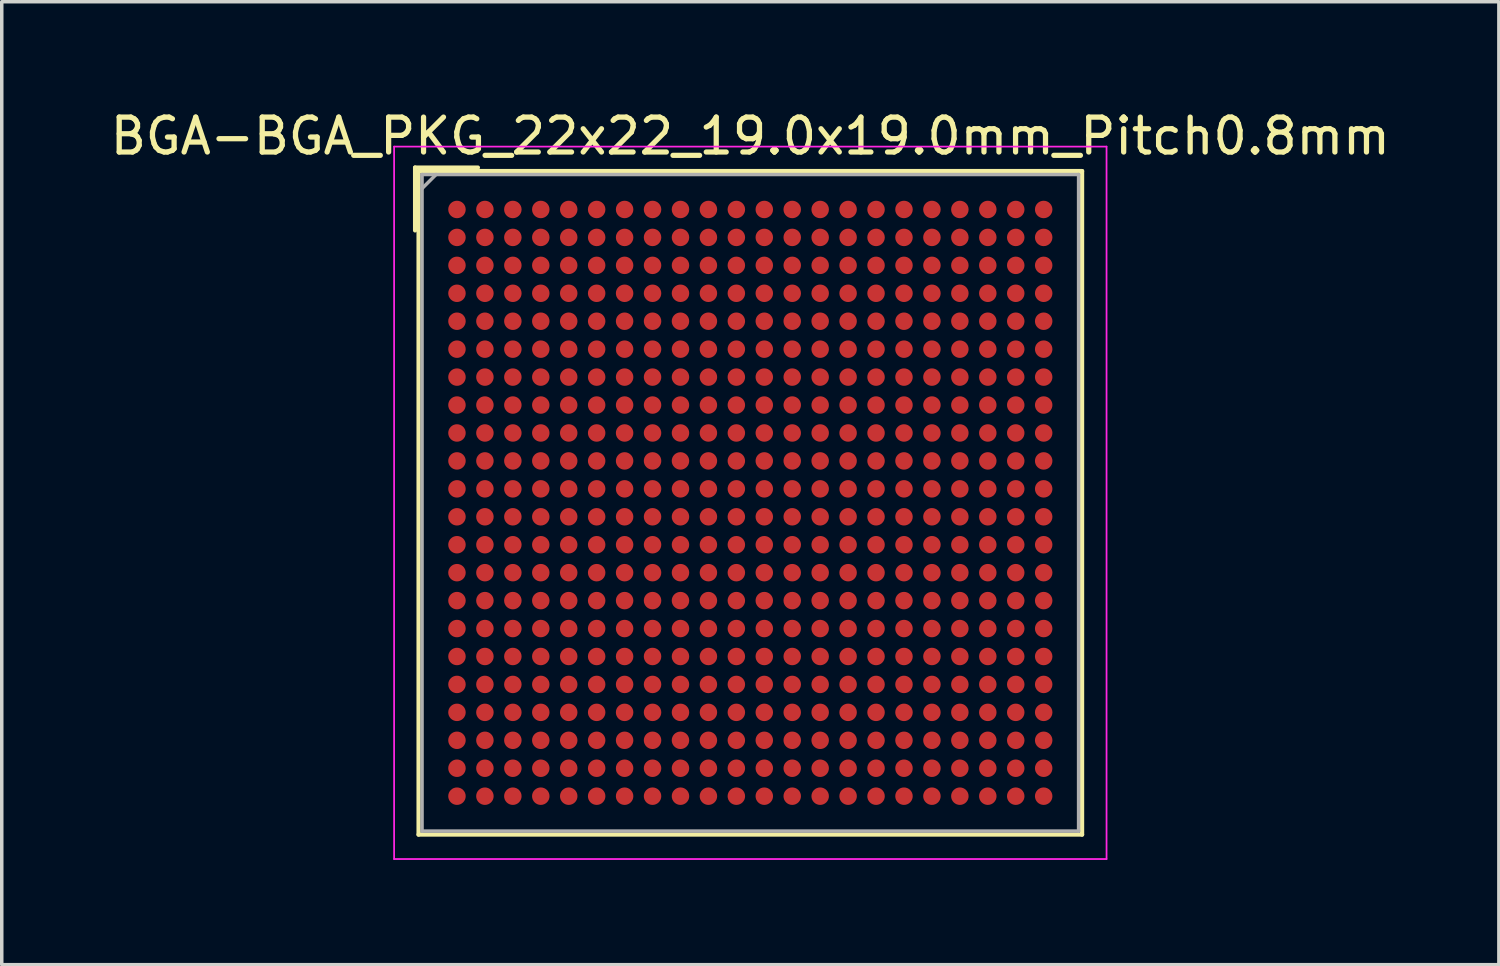
<source format=kicad_pcb>
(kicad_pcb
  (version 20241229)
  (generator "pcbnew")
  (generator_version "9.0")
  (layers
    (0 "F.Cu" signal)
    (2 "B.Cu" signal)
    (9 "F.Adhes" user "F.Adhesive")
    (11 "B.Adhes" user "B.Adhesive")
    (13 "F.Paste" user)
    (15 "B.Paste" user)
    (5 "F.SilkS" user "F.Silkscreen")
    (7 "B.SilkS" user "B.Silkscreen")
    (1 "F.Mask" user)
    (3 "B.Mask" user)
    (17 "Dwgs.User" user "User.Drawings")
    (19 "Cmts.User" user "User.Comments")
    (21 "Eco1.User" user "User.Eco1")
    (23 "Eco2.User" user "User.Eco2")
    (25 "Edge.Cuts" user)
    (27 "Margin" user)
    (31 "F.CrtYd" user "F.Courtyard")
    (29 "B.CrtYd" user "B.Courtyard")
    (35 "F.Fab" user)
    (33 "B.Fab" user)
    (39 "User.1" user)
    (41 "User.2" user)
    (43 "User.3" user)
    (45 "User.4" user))
  (footprint "BGA-BGA_PKG_22x22_19.0x19.0mm_Pitch0.8mm"
    (layer "F.Cu")
    (at 18.435 11.348)
    (property "Reference" "BGA-BGA_PKG_22x22_19.0x19.0mm_Pitch0.8mm" (at 0 -10.5 0) (layer "F.SilkS") (effects (font (size 1 1) (thickness 0.15))))
    (attr smd)
    (fp_line (start -9.6 -9.6) (end -7.8 -9.6) (stroke (width 0.12) (type solid)) (layer "F.SilkS"))
    (fp_line (start -9.6 -7.8) (end -9.6 -9.6) (stroke (width 0.12) (type solid)) (layer "F.SilkS"))
    (fp_line (start -9.5 -9.5) (end -9.5 9.5) (stroke (width 0.12) (type solid)) (layer "F.SilkS"))
    (fp_line (start -9.5 9.5) (end 9.5 9.5) (stroke (width 0.12) (type solid)) (layer "F.SilkS"))
    (fp_line (start 9.5 -9.5) (end -9.5 -9.5) (stroke (width 0.12) (type solid)) (layer "F.SilkS"))
    (fp_line (start 9.5 9.5) (end 9.5 -9.5) (stroke (width 0.12) (type solid)) (layer "F.SilkS"))
    (fp_line (start -10.2 -10.2) (end -10.2 10.2) (stroke (width 0.05) (type solid)) (layer "F.CrtYd"))
    (fp_line (start -10.2 10.2) (end 10.2 10.2) (stroke (width 0.05) (type solid)) (layer "F.CrtYd"))
    (fp_line (start 10.2 -10.2) (end -10.2 -10.2) (stroke (width 0.05) (type solid)) (layer "F.CrtYd"))
    (fp_line (start 10.2 10.2) (end 10.2 -10.2) (stroke (width 0.05) (type solid)) (layer "F.CrtYd"))
    (fp_line (start -9.4 -9.4) (end -9.4 9.4) (stroke (width 0.1) (type solid)) (layer "F.Fab"))
    (fp_line (start -9.4 -9) (end -9 -9.4) (stroke (width 0.1) (type solid)) (layer "F.Fab"))
    (fp_line (start -9.4 9.4) (end 9.4 9.4) (stroke (width 0.1) (type solid)) (layer "F.Fab"))
    (fp_line (start 9.4 -9.4) (end -9.4 -9.4) (stroke (width 0.1) (type solid)) (layer "F.Fab"))
    (fp_line (start 9.4 9.4) (end 9.4 -9.4) (stroke (width 0.1) (type solid)) (layer "F.Fab"))
    (pad "A1" smd circle (at -8.4 -8.4) (size 0.5 0.5) (layers "F.Cu" "F.Mask" "F.Paste"))
    (pad "A2" smd circle (at -7.6 -8.4) (size 0.5 0.5) (layers "F.Cu" "F.Mask" "F.Paste"))
    (pad "A3" smd circle (at -6.8 -8.4) (size 0.5 0.5) (layers "F.Cu" "F.Mask" "F.Paste"))
    (pad "A4" smd circle (at -6 -8.4) (size 0.5 0.5) (layers "F.Cu" "F.Mask" "F.Paste"))
    (pad "A5" smd circle (at -5.2 -8.4) (size 0.5 0.5) (layers "F.Cu" "F.Mask" "F.Paste"))
    (pad "A6" smd circle (at -4.4 -8.4) (size 0.5 0.5) (layers "F.Cu" "F.Mask" "F.Paste"))
    (pad "A7" smd circle (at -3.6 -8.4) (size 0.5 0.5) (layers "F.Cu" "F.Mask" "F.Paste"))
    (pad "A8" smd circle (at -2.8 -8.4) (size 0.5 0.5) (layers "F.Cu" "F.Mask" "F.Paste"))
    (pad "A9" smd circle (at -2 -8.4) (size 0.5 0.5) (layers "F.Cu" "F.Mask" "F.Paste"))
    (pad "A10" smd circle (at -1.2 -8.4) (size 0.5 0.5) (layers "F.Cu" "F.Mask" "F.Paste"))
    (pad "A11" smd circle (at -0.4 -8.4) (size 0.5 0.5) (layers "F.Cu" "F.Mask" "F.Paste"))
    (pad "A12" smd circle (at 0.4 -8.4) (size 0.5 0.5) (layers "F.Cu" "F.Mask" "F.Paste"))
    (pad "A13" smd circle (at 1.2 -8.4) (size 0.5 0.5) (layers "F.Cu" "F.Mask" "F.Paste"))
    (pad "A14" smd circle (at 2 -8.4) (size 0.5 0.5) (layers "F.Cu" "F.Mask" "F.Paste"))
    (pad "A15" smd circle (at 2.8 -8.4) (size 0.5 0.5) (layers "F.Cu" "F.Mask" "F.Paste"))
    (pad "A16" smd circle (at 3.6 -8.4) (size 0.5 0.5) (layers "F.Cu" "F.Mask" "F.Paste"))
    (pad "A17" smd circle (at 4.4 -8.4) (size 0.5 0.5) (layers "F.Cu" "F.Mask" "F.Paste"))
    (pad "A18" smd circle (at 5.2 -8.4) (size 0.5 0.5) (layers "F.Cu" "F.Mask" "F.Paste"))
    (pad "A19" smd circle (at 6 -8.4) (size 0.5 0.5) (layers "F.Cu" "F.Mask" "F.Paste"))
    (pad "A20" smd circle (at 6.8 -8.4) (size 0.5 0.5) (layers "F.Cu" "F.Mask" "F.Paste"))
    (pad "A21" smd circle (at 7.6 -8.4) (size 0.5 0.5) (layers "F.Cu" "F.Mask" "F.Paste"))
    (pad "A22" smd circle (at 8.4 -8.4) (size 0.5 0.5) (layers "F.Cu" "F.Mask" "F.Paste"))
    (pad "AA1" smd circle (at -8.4 7.6) (size 0.5 0.5) (layers "F.Cu" "F.Mask" "F.Paste"))
    (pad "AA2" smd circle (at -7.6 7.6) (size 0.5 0.5) (layers "F.Cu" "F.Mask" "F.Paste"))
    (pad "AA3" smd circle (at -6.8 7.6) (size 0.5 0.5) (layers "F.Cu" "F.Mask" "F.Paste"))
    (pad "AA4" smd circle (at -6 7.6) (size 0.5 0.5) (layers "F.Cu" "F.Mask" "F.Paste"))
    (pad "AA5" smd circle (at -5.2 7.6) (size 0.5 0.5) (layers "F.Cu" "F.Mask" "F.Paste"))
    (pad "AA6" smd circle (at -4.4 7.6) (size 0.5 0.5) (layers "F.Cu" "F.Mask" "F.Paste"))
    (pad "AA7" smd circle (at -3.6 7.6) (size 0.5 0.5) (layers "F.Cu" "F.Mask" "F.Paste"))
    (pad "AA8" smd circle (at -2.8 7.6) (size 0.5 0.5) (layers "F.Cu" "F.Mask" "F.Paste"))
    (pad "AA9" smd circle (at -2 7.6) (size 0.5 0.5) (layers "F.Cu" "F.Mask" "F.Paste"))
    (pad "AA10" smd circle (at -1.2 7.6) (size 0.5 0.5) (layers "F.Cu" "F.Mask" "F.Paste"))
    (pad "AA11" smd circle (at -0.4 7.6) (size 0.5 0.5) (layers "F.Cu" "F.Mask" "F.Paste"))
    (pad "AA12" smd circle (at 0.4 7.6) (size 0.5 0.5) (layers "F.Cu" "F.Mask" "F.Paste"))
    (pad "AA13" smd circle (at 1.2 7.6) (size 0.5 0.5) (layers "F.Cu" "F.Mask" "F.Paste"))
    (pad "AA14" smd circle (at 2 7.6) (size 0.5 0.5) (layers "F.Cu" "F.Mask" "F.Paste"))
    (pad "AA15" smd circle (at 2.8 7.6) (size 0.5 0.5) (layers "F.Cu" "F.Mask" "F.Paste"))
    (pad "AA16" smd circle (at 3.6 7.6) (size 0.5 0.5) (layers "F.Cu" "F.Mask" "F.Paste"))
    (pad "AA17" smd circle (at 4.4 7.6) (size 0.5 0.5) (layers "F.Cu" "F.Mask" "F.Paste"))
    (pad "AA18" smd circle (at 5.2 7.6) (size 0.5 0.5) (layers "F.Cu" "F.Mask" "F.Paste"))
    (pad "AA19" smd circle (at 6 7.6) (size 0.5 0.5) (layers "F.Cu" "F.Mask" "F.Paste"))
    (pad "AA20" smd circle (at 6.8 7.6) (size 0.5 0.5) (layers "F.Cu" "F.Mask" "F.Paste"))
    (pad "AA21" smd circle (at 7.6 7.6) (size 0.5 0.5) (layers "F.Cu" "F.Mask" "F.Paste"))
    (pad "AA22" smd circle (at 8.4 7.6) (size 0.5 0.5) (layers "F.Cu" "F.Mask" "F.Paste"))
    (pad "AB1" smd circle (at -8.4 8.4) (size 0.5 0.5) (layers "F.Cu" "F.Mask" "F.Paste"))
    (pad "AB2" smd circle (at -7.6 8.4) (size 0.5 0.5) (layers "F.Cu" "F.Mask" "F.Paste"))
    (pad "AB3" smd circle (at -6.8 8.4) (size 0.5 0.5) (layers "F.Cu" "F.Mask" "F.Paste"))
    (pad "AB4" smd circle (at -6 8.4) (size 0.5 0.5) (layers "F.Cu" "F.Mask" "F.Paste"))
    (pad "AB5" smd circle (at -5.2 8.4) (size 0.5 0.5) (layers "F.Cu" "F.Mask" "F.Paste"))
    (pad "AB6" smd circle (at -4.4 8.4) (size 0.5 0.5) (layers "F.Cu" "F.Mask" "F.Paste"))
    (pad "AB7" smd circle (at -3.6 8.4) (size 0.5 0.5) (layers "F.Cu" "F.Mask" "F.Paste"))
    (pad "AB8" smd circle (at -2.8 8.4) (size 0.5 0.5) (layers "F.Cu" "F.Mask" "F.Paste"))
    (pad "AB9" smd circle (at -2 8.4) (size 0.5 0.5) (layers "F.Cu" "F.Mask" "F.Paste"))
    (pad "AB10" smd circle (at -1.2 8.4) (size 0.5 0.5) (layers "F.Cu" "F.Mask" "F.Paste"))
    (pad "AB11" smd circle (at -0.4 8.4) (size 0.5 0.5) (layers "F.Cu" "F.Mask" "F.Paste"))
    (pad "AB12" smd circle (at 0.4 8.4) (size 0.5 0.5) (layers "F.Cu" "F.Mask" "F.Paste"))
    (pad "AB13" smd circle (at 1.2 8.4) (size 0.5 0.5) (layers "F.Cu" "F.Mask" "F.Paste"))
    (pad "AB14" smd circle (at 2 8.4) (size 0.5 0.5) (layers "F.Cu" "F.Mask" "F.Paste"))
    (pad "AB15" smd circle (at 2.8 8.4) (size 0.5 0.5) (layers "F.Cu" "F.Mask" "F.Paste"))
    (pad "AB16" smd circle (at 3.6 8.4) (size 0.5 0.5) (layers "F.Cu" "F.Mask" "F.Paste"))
    (pad "AB17" smd circle (at 4.4 8.4) (size 0.5 0.5) (layers "F.Cu" "F.Mask" "F.Paste"))
    (pad "AB18" smd circle (at 5.2 8.4) (size 0.5 0.5) (layers "F.Cu" "F.Mask" "F.Paste"))
    (pad "AB19" smd circle (at 6 8.4) (size 0.5 0.5) (layers "F.Cu" "F.Mask" "F.Paste"))
    (pad "AB20" smd circle (at 6.8 8.4) (size 0.5 0.5) (layers "F.Cu" "F.Mask" "F.Paste"))
    (pad "AB21" smd circle (at 7.6 8.4) (size 0.5 0.5) (layers "F.Cu" "F.Mask" "F.Paste"))
    (pad "AB22" smd circle (at 8.4 8.4) (size 0.5 0.5) (layers "F.Cu" "F.Mask" "F.Paste"))
    (pad "B1" smd circle (at -8.4 -7.6) (size 0.5 0.5) (layers "F.Cu" "F.Mask" "F.Paste"))
    (pad "B2" smd circle (at -7.6 -7.6) (size 0.5 0.5) (layers "F.Cu" "F.Mask" "F.Paste"))
    (pad "B3" smd circle (at -6.8 -7.6) (size 0.5 0.5) (layers "F.Cu" "F.Mask" "F.Paste"))
    (pad "B4" smd circle (at -6 -7.6) (size 0.5 0.5) (layers "F.Cu" "F.Mask" "F.Paste"))
    (pad "B5" smd circle (at -5.2 -7.6) (size 0.5 0.5) (layers "F.Cu" "F.Mask" "F.Paste"))
    (pad "B6" smd circle (at -4.4 -7.6) (size 0.5 0.5) (layers "F.Cu" "F.Mask" "F.Paste"))
    (pad "B7" smd circle (at -3.6 -7.6) (size 0.5 0.5) (layers "F.Cu" "F.Mask" "F.Paste"))
    (pad "B8" smd circle (at -2.8 -7.6) (size 0.5 0.5) (layers "F.Cu" "F.Mask" "F.Paste"))
    (pad "B9" smd circle (at -2 -7.6) (size 0.5 0.5) (layers "F.Cu" "F.Mask" "F.Paste"))
    (pad "B10" smd circle (at -1.2 -7.6) (size 0.5 0.5) (layers "F.Cu" "F.Mask" "F.Paste"))
    (pad "B11" smd circle (at -0.4 -7.6) (size 0.5 0.5) (layers "F.Cu" "F.Mask" "F.Paste"))
    (pad "B12" smd circle (at 0.4 -7.6) (size 0.5 0.5) (layers "F.Cu" "F.Mask" "F.Paste"))
    (pad "B13" smd circle (at 1.2 -7.6) (size 0.5 0.5) (layers "F.Cu" "F.Mask" "F.Paste"))
    (pad "B14" smd circle (at 2 -7.6) (size 0.5 0.5) (layers "F.Cu" "F.Mask" "F.Paste"))
    (pad "B15" smd circle (at 2.8 -7.6) (size 0.5 0.5) (layers "F.Cu" "F.Mask" "F.Paste"))
    (pad "B16" smd circle (at 3.6 -7.6) (size 0.5 0.5) (layers "F.Cu" "F.Mask" "F.Paste"))
    (pad "B17" smd circle (at 4.4 -7.6) (size 0.5 0.5) (layers "F.Cu" "F.Mask" "F.Paste"))
    (pad "B18" smd circle (at 5.2 -7.6) (size 0.5 0.5) (layers "F.Cu" "F.Mask" "F.Paste"))
    (pad "B19" smd circle (at 6 -7.6) (size 0.5 0.5) (layers "F.Cu" "F.Mask" "F.Paste"))
    (pad "B20" smd circle (at 6.8 -7.6) (size 0.5 0.5) (layers "F.Cu" "F.Mask" "F.Paste"))
    (pad "B21" smd circle (at 7.6 -7.6) (size 0.5 0.5) (layers "F.Cu" "F.Mask" "F.Paste"))
    (pad "B22" smd circle (at 8.4 -7.6) (size 0.5 0.5) (layers "F.Cu" "F.Mask" "F.Paste"))
    (pad "C1" smd circle (at -8.4 -6.8) (size 0.5 0.5) (layers "F.Cu" "F.Mask" "F.Paste"))
    (pad "C2" smd circle (at -7.6 -6.8) (size 0.5 0.5) (layers "F.Cu" "F.Mask" "F.Paste"))
    (pad "C3" smd circle (at -6.8 -6.8) (size 0.5 0.5) (layers "F.Cu" "F.Mask" "F.Paste"))
    (pad "C4" smd circle (at -6 -6.8) (size 0.5 0.5) (layers "F.Cu" "F.Mask" "F.Paste"))
    (pad "C5" smd circle (at -5.2 -6.8) (size 0.5 0.5) (layers "F.Cu" "F.Mask" "F.Paste"))
    (pad "C6" smd circle (at -4.4 -6.8) (size 0.5 0.5) (layers "F.Cu" "F.Mask" "F.Paste"))
    (pad "C7" smd circle (at -3.6 -6.8) (size 0.5 0.5) (layers "F.Cu" "F.Mask" "F.Paste"))
    (pad "C8" smd circle (at -2.8 -6.8) (size 0.5 0.5) (layers "F.Cu" "F.Mask" "F.Paste"))
    (pad "C9" smd circle (at -2 -6.8) (size 0.5 0.5) (layers "F.Cu" "F.Mask" "F.Paste"))
    (pad "C10" smd circle (at -1.2 -6.8) (size 0.5 0.5) (layers "F.Cu" "F.Mask" "F.Paste"))
    (pad "C11" smd circle (at -0.4 -6.8) (size 0.5 0.5) (layers "F.Cu" "F.Mask" "F.Paste"))
    (pad "C12" smd circle (at 0.4 -6.8) (size 0.5 0.5) (layers "F.Cu" "F.Mask" "F.Paste"))
    (pad "C13" smd circle (at 1.2 -6.8) (size 0.5 0.5) (layers "F.Cu" "F.Mask" "F.Paste"))
    (pad "C14" smd circle (at 2 -6.8) (size 0.5 0.5) (layers "F.Cu" "F.Mask" "F.Paste"))
    (pad "C15" smd circle (at 2.8 -6.8) (size 0.5 0.5) (layers "F.Cu" "F.Mask" "F.Paste"))
    (pad "C16" smd circle (at 3.6 -6.8) (size 0.5 0.5) (layers "F.Cu" "F.Mask" "F.Paste"))
    (pad "C17" smd circle (at 4.4 -6.8) (size 0.5 0.5) (layers "F.Cu" "F.Mask" "F.Paste"))
    (pad "C18" smd circle (at 5.2 -6.8) (size 0.5 0.5) (layers "F.Cu" "F.Mask" "F.Paste"))
    (pad "C19" smd circle (at 6 -6.8) (size 0.5 0.5) (layers "F.Cu" "F.Mask" "F.Paste"))
    (pad "C20" smd circle (at 6.8 -6.8) (size 0.5 0.5) (layers "F.Cu" "F.Mask" "F.Paste"))
    (pad "C21" smd circle (at 7.6 -6.8) (size 0.5 0.5) (layers "F.Cu" "F.Mask" "F.Paste"))
    (pad "C22" smd circle (at 8.4 -6.8) (size 0.5 0.5) (layers "F.Cu" "F.Mask" "F.Paste"))
    (pad "D1" smd circle (at -8.4 -6) (size 0.5 0.5) (layers "F.Cu" "F.Mask" "F.Paste"))
    (pad "D2" smd circle (at -7.6 -6) (size 0.5 0.5) (layers "F.Cu" "F.Mask" "F.Paste"))
    (pad "D3" smd circle (at -6.8 -6) (size 0.5 0.5) (layers "F.Cu" "F.Mask" "F.Paste"))
    (pad "D4" smd circle (at -6 -6) (size 0.5 0.5) (layers "F.Cu" "F.Mask" "F.Paste"))
    (pad "D5" smd circle (at -5.2 -6) (size 0.5 0.5) (layers "F.Cu" "F.Mask" "F.Paste"))
    (pad "D6" smd circle (at -4.4 -6) (size 0.5 0.5) (layers "F.Cu" "F.Mask" "F.Paste"))
    (pad "D7" smd circle (at -3.6 -6) (size 0.5 0.5) (layers "F.Cu" "F.Mask" "F.Paste"))
    (pad "D8" smd circle (at -2.8 -6) (size 0.5 0.5) (layers "F.Cu" "F.Mask" "F.Paste"))
    (pad "D9" smd circle (at -2 -6) (size 0.5 0.5) (layers "F.Cu" "F.Mask" "F.Paste"))
    (pad "D10" smd circle (at -1.2 -6) (size 0.5 0.5) (layers "F.Cu" "F.Mask" "F.Paste"))
    (pad "D11" smd circle (at -0.4 -6) (size 0.5 0.5) (layers "F.Cu" "F.Mask" "F.Paste"))
    (pad "D12" smd circle (at 0.4 -6) (size 0.5 0.5) (layers "F.Cu" "F.Mask" "F.Paste"))
    (pad "D13" smd circle (at 1.2 -6) (size 0.5 0.5) (layers "F.Cu" "F.Mask" "F.Paste"))
    (pad "D14" smd circle (at 2 -6) (size 0.5 0.5) (layers "F.Cu" "F.Mask" "F.Paste"))
    (pad "D15" smd circle (at 2.8 -6) (size 0.5 0.5) (layers "F.Cu" "F.Mask" "F.Paste"))
    (pad "D16" smd circle (at 3.6 -6) (size 0.5 0.5) (layers "F.Cu" "F.Mask" "F.Paste"))
    (pad "D17" smd circle (at 4.4 -6) (size 0.5 0.5) (layers "F.Cu" "F.Mask" "F.Paste"))
    (pad "D18" smd circle (at 5.2 -6) (size 0.5 0.5) (layers "F.Cu" "F.Mask" "F.Paste"))
    (pad "D19" smd circle (at 6 -6) (size 0.5 0.5) (layers "F.Cu" "F.Mask" "F.Paste"))
    (pad "D20" smd circle (at 6.8 -6) (size 0.5 0.5) (layers "F.Cu" "F.Mask" "F.Paste"))
    (pad "D21" smd circle (at 7.6 -6) (size 0.5 0.5) (layers "F.Cu" "F.Mask" "F.Paste"))
    (pad "D22" smd circle (at 8.4 -6) (size 0.5 0.5) (layers "F.Cu" "F.Mask" "F.Paste"))
    (pad "E1" smd circle (at -8.4 -5.2) (size 0.5 0.5) (layers "F.Cu" "F.Mask" "F.Paste"))
    (pad "E2" smd circle (at -7.6 -5.2) (size 0.5 0.5) (layers "F.Cu" "F.Mask" "F.Paste"))
    (pad "E3" smd circle (at -6.8 -5.2) (size 0.5 0.5) (layers "F.Cu" "F.Mask" "F.Paste"))
    (pad "E4" smd circle (at -6 -5.2) (size 0.5 0.5) (layers "F.Cu" "F.Mask" "F.Paste"))
    (pad "E5" smd circle (at -5.2 -5.2) (size 0.5 0.5) (layers "F.Cu" "F.Mask" "F.Paste"))
    (pad "E6" smd circle (at -4.4 -5.2) (size 0.5 0.5) (layers "F.Cu" "F.Mask" "F.Paste"))
    (pad "E7" smd circle (at -3.6 -5.2) (size 0.5 0.5) (layers "F.Cu" "F.Mask" "F.Paste"))
    (pad "E8" smd circle (at -2.8 -5.2) (size 0.5 0.5) (layers "F.Cu" "F.Mask" "F.Paste"))
    (pad "E9" smd circle (at -2 -5.2) (size 0.5 0.5) (layers "F.Cu" "F.Mask" "F.Paste"))
    (pad "E10" smd circle (at -1.2 -5.2) (size 0.5 0.5) (layers "F.Cu" "F.Mask" "F.Paste"))
    (pad "E11" smd circle (at -0.4 -5.2) (size 0.5 0.5) (layers "F.Cu" "F.Mask" "F.Paste"))
    (pad "E12" smd circle (at 0.4 -5.2) (size 0.5 0.5) (layers "F.Cu" "F.Mask" "F.Paste"))
    (pad "E13" smd circle (at 1.2 -5.2) (size 0.5 0.5) (layers "F.Cu" "F.Mask" "F.Paste"))
    (pad "E14" smd circle (at 2 -5.2) (size 0.5 0.5) (layers "F.Cu" "F.Mask" "F.Paste"))
    (pad "E15" smd circle (at 2.8 -5.2) (size 0.5 0.5) (layers "F.Cu" "F.Mask" "F.Paste"))
    (pad "E16" smd circle (at 3.6 -5.2) (size 0.5 0.5) (layers "F.Cu" "F.Mask" "F.Paste"))
    (pad "E17" smd circle (at 4.4 -5.2) (size 0.5 0.5) (layers "F.Cu" "F.Mask" "F.Paste"))
    (pad "E18" smd circle (at 5.2 -5.2) (size 0.5 0.5) (layers "F.Cu" "F.Mask" "F.Paste"))
    (pad "E19" smd circle (at 6 -5.2) (size 0.5 0.5) (layers "F.Cu" "F.Mask" "F.Paste"))
    (pad "E20" smd circle (at 6.8 -5.2) (size 0.5 0.5) (layers "F.Cu" "F.Mask" "F.Paste"))
    (pad "E21" smd circle (at 7.6 -5.2) (size 0.5 0.5) (layers "F.Cu" "F.Mask" "F.Paste"))
    (pad "E22" smd circle (at 8.4 -5.2) (size 0.5 0.5) (layers "F.Cu" "F.Mask" "F.Paste"))
    (pad "F1" smd circle (at -8.4 -4.4) (size 0.5 0.5) (layers "F.Cu" "F.Mask" "F.Paste"))
    (pad "F2" smd circle (at -7.6 -4.4) (size 0.5 0.5) (layers "F.Cu" "F.Mask" "F.Paste"))
    (pad "F3" smd circle (at -6.8 -4.4) (size 0.5 0.5) (layers "F.Cu" "F.Mask" "F.Paste"))
    (pad "F4" smd circle (at -6 -4.4) (size 0.5 0.5) (layers "F.Cu" "F.Mask" "F.Paste"))
    (pad "F5" smd circle (at -5.2 -4.4) (size 0.5 0.5) (layers "F.Cu" "F.Mask" "F.Paste"))
    (pad "F6" smd circle (at -4.4 -4.4) (size 0.5 0.5) (layers "F.Cu" "F.Mask" "F.Paste"))
    (pad "F7" smd circle (at -3.6 -4.4) (size 0.5 0.5) (layers "F.Cu" "F.Mask" "F.Paste"))
    (pad "F8" smd circle (at -2.8 -4.4) (size 0.5 0.5) (layers "F.Cu" "F.Mask" "F.Paste"))
    (pad "F9" smd circle (at -2 -4.4) (size 0.5 0.5) (layers "F.Cu" "F.Mask" "F.Paste"))
    (pad "F10" smd circle (at -1.2 -4.4) (size 0.5 0.5) (layers "F.Cu" "F.Mask" "F.Paste"))
    (pad "F11" smd circle (at -0.4 -4.4) (size 0.5 0.5) (layers "F.Cu" "F.Mask" "F.Paste"))
    (pad "F12" smd circle (at 0.4 -4.4) (size 0.5 0.5) (layers "F.Cu" "F.Mask" "F.Paste"))
    (pad "F13" smd circle (at 1.2 -4.4) (size 0.5 0.5) (layers "F.Cu" "F.Mask" "F.Paste"))
    (pad "F14" smd circle (at 2 -4.4) (size 0.5 0.5) (layers "F.Cu" "F.Mask" "F.Paste"))
    (pad "F15" smd circle (at 2.8 -4.4) (size 0.5 0.5) (layers "F.Cu" "F.Mask" "F.Paste"))
    (pad "F16" smd circle (at 3.6 -4.4) (size 0.5 0.5) (layers "F.Cu" "F.Mask" "F.Paste"))
    (pad "F17" smd circle (at 4.4 -4.4) (size 0.5 0.5) (layers "F.Cu" "F.Mask" "F.Paste"))
    (pad "F18" smd circle (at 5.2 -4.4) (size 0.5 0.5) (layers "F.Cu" "F.Mask" "F.Paste"))
    (pad "F19" smd circle (at 6 -4.4) (size 0.5 0.5) (layers "F.Cu" "F.Mask" "F.Paste"))
    (pad "F20" smd circle (at 6.8 -4.4) (size 0.5 0.5) (layers "F.Cu" "F.Mask" "F.Paste"))
    (pad "F21" smd circle (at 7.6 -4.4) (size 0.5 0.5) (layers "F.Cu" "F.Mask" "F.Paste"))
    (pad "F22" smd circle (at 8.4 -4.4) (size 0.5 0.5) (layers "F.Cu" "F.Mask" "F.Paste"))
    (pad "G1" smd circle (at -8.4 -3.6) (size 0.5 0.5) (layers "F.Cu" "F.Mask" "F.Paste"))
    (pad "G2" smd circle (at -7.6 -3.6) (size 0.5 0.5) (layers "F.Cu" "F.Mask" "F.Paste"))
    (pad "G3" smd circle (at -6.8 -3.6) (size 0.5 0.5) (layers "F.Cu" "F.Mask" "F.Paste"))
    (pad "G4" smd circle (at -6 -3.6) (size 0.5 0.5) (layers "F.Cu" "F.Mask" "F.Paste"))
    (pad "G5" smd circle (at -5.2 -3.6) (size 0.5 0.5) (layers "F.Cu" "F.Mask" "F.Paste"))
    (pad "G6" smd circle (at -4.4 -3.6) (size 0.5 0.5) (layers "F.Cu" "F.Mask" "F.Paste"))
    (pad "G7" smd circle (at -3.6 -3.6) (size 0.5 0.5) (layers "F.Cu" "F.Mask" "F.Paste"))
    (pad "G8" smd circle (at -2.8 -3.6) (size 0.5 0.5) (layers "F.Cu" "F.Mask" "F.Paste"))
    (pad "G9" smd circle (at -2 -3.6) (size 0.5 0.5) (layers "F.Cu" "F.Mask" "F.Paste"))
    (pad "G10" smd circle (at -1.2 -3.6) (size 0.5 0.5) (layers "F.Cu" "F.Mask" "F.Paste"))
    (pad "G11" smd circle (at -0.4 -3.6) (size 0.5 0.5) (layers "F.Cu" "F.Mask" "F.Paste"))
    (pad "G12" smd circle (at 0.4 -3.6) (size 0.5 0.5) (layers "F.Cu" "F.Mask" "F.Paste"))
    (pad "G13" smd circle (at 1.2 -3.6) (size 0.5 0.5) (layers "F.Cu" "F.Mask" "F.Paste"))
    (pad "G14" smd circle (at 2 -3.6) (size 0.5 0.5) (layers "F.Cu" "F.Mask" "F.Paste"))
    (pad "G15" smd circle (at 2.8 -3.6) (size 0.5 0.5) (layers "F.Cu" "F.Mask" "F.Paste"))
    (pad "G16" smd circle (at 3.6 -3.6) (size 0.5 0.5) (layers "F.Cu" "F.Mask" "F.Paste"))
    (pad "G17" smd circle (at 4.4 -3.6) (size 0.5 0.5) (layers "F.Cu" "F.Mask" "F.Paste"))
    (pad "G18" smd circle (at 5.2 -3.6) (size 0.5 0.5) (layers "F.Cu" "F.Mask" "F.Paste"))
    (pad "G19" smd circle (at 6 -3.6) (size 0.5 0.5) (layers "F.Cu" "F.Mask" "F.Paste"))
    (pad "G20" smd circle (at 6.8 -3.6) (size 0.5 0.5) (layers "F.Cu" "F.Mask" "F.Paste"))
    (pad "G21" smd circle (at 7.6 -3.6) (size 0.5 0.5) (layers "F.Cu" "F.Mask" "F.Paste"))
    (pad "G22" smd circle (at 8.4 -3.6) (size 0.5 0.5) (layers "F.Cu" "F.Mask" "F.Paste"))
    (pad "H1" smd circle (at -8.4 -2.8) (size 0.5 0.5) (layers "F.Cu" "F.Mask" "F.Paste"))
    (pad "H2" smd circle (at -7.6 -2.8) (size 0.5 0.5) (layers "F.Cu" "F.Mask" "F.Paste"))
    (pad "H3" smd circle (at -6.8 -2.8) (size 0.5 0.5) (layers "F.Cu" "F.Mask" "F.Paste"))
    (pad "H4" smd circle (at -6 -2.8) (size 0.5 0.5) (layers "F.Cu" "F.Mask" "F.Paste"))
    (pad "H5" smd circle (at -5.2 -2.8) (size 0.5 0.5) (layers "F.Cu" "F.Mask" "F.Paste"))
    (pad "H6" smd circle (at -4.4 -2.8) (size 0.5 0.5) (layers "F.Cu" "F.Mask" "F.Paste"))
    (pad "H7" smd circle (at -3.6 -2.8) (size 0.5 0.5) (layers "F.Cu" "F.Mask" "F.Paste"))
    (pad "H8" smd circle (at -2.8 -2.8) (size 0.5 0.5) (layers "F.Cu" "F.Mask" "F.Paste"))
    (pad "H9" smd circle (at -2 -2.8) (size 0.5 0.5) (layers "F.Cu" "F.Mask" "F.Paste"))
    (pad "H10" smd circle (at -1.2 -2.8) (size 0.5 0.5) (layers "F.Cu" "F.Mask" "F.Paste"))
    (pad "H11" smd circle (at -0.4 -2.8) (size 0.5 0.5) (layers "F.Cu" "F.Mask" "F.Paste"))
    (pad "H12" smd circle (at 0.4 -2.8) (size 0.5 0.5) (layers "F.Cu" "F.Mask" "F.Paste"))
    (pad "H13" smd circle (at 1.2 -2.8) (size 0.5 0.5) (layers "F.Cu" "F.Mask" "F.Paste"))
    (pad "H14" smd circle (at 2 -2.8) (size 0.5 0.5) (layers "F.Cu" "F.Mask" "F.Paste"))
    (pad "H15" smd circle (at 2.8 -2.8) (size 0.5 0.5) (layers "F.Cu" "F.Mask" "F.Paste"))
    (pad "H16" smd circle (at 3.6 -2.8) (size 0.5 0.5) (layers "F.Cu" "F.Mask" "F.Paste"))
    (pad "H17" smd circle (at 4.4 -2.8) (size 0.5 0.5) (layers "F.Cu" "F.Mask" "F.Paste"))
    (pad "H18" smd circle (at 5.2 -2.8) (size 0.5 0.5) (layers "F.Cu" "F.Mask" "F.Paste"))
    (pad "H19" smd circle (at 6 -2.8) (size 0.5 0.5) (layers "F.Cu" "F.Mask" "F.Paste"))
    (pad "H20" smd circle (at 6.8 -2.8) (size 0.5 0.5) (layers "F.Cu" "F.Mask" "F.Paste"))
    (pad "H21" smd circle (at 7.6 -2.8) (size 0.5 0.5) (layers "F.Cu" "F.Mask" "F.Paste"))
    (pad "H22" smd circle (at 8.4 -2.8) (size 0.5 0.5) (layers "F.Cu" "F.Mask" "F.Paste"))
    (pad "J1" smd circle (at -8.4 -2) (size 0.5 0.5) (layers "F.Cu" "F.Mask" "F.Paste"))
    (pad "J2" smd circle (at -7.6 -2) (size 0.5 0.5) (layers "F.Cu" "F.Mask" "F.Paste"))
    (pad "J3" smd circle (at -6.8 -2) (size 0.5 0.5) (layers "F.Cu" "F.Mask" "F.Paste"))
    (pad "J4" smd circle (at -6 -2) (size 0.5 0.5) (layers "F.Cu" "F.Mask" "F.Paste"))
    (pad "J5" smd circle (at -5.2 -2) (size 0.5 0.5) (layers "F.Cu" "F.Mask" "F.Paste"))
    (pad "J6" smd circle (at -4.4 -2) (size 0.5 0.5) (layers "F.Cu" "F.Mask" "F.Paste"))
    (pad "J7" smd circle (at -3.6 -2) (size 0.5 0.5) (layers "F.Cu" "F.Mask" "F.Paste"))
    (pad "J8" smd circle (at -2.8 -2) (size 0.5 0.5) (layers "F.Cu" "F.Mask" "F.Paste"))
    (pad "J9" smd circle (at -2 -2) (size 0.5 0.5) (layers "F.Cu" "F.Mask" "F.Paste"))
    (pad "J10" smd circle (at -1.2 -2) (size 0.5 0.5) (layers "F.Cu" "F.Mask" "F.Paste"))
    (pad "J11" smd circle (at -0.4 -2) (size 0.5 0.5) (layers "F.Cu" "F.Mask" "F.Paste"))
    (pad "J12" smd circle (at 0.4 -2) (size 0.5 0.5) (layers "F.Cu" "F.Mask" "F.Paste"))
    (pad "J13" smd circle (at 1.2 -2) (size 0.5 0.5) (layers "F.Cu" "F.Mask" "F.Paste"))
    (pad "J14" smd circle (at 2 -2) (size 0.5 0.5) (layers "F.Cu" "F.Mask" "F.Paste"))
    (pad "J15" smd circle (at 2.8 -2) (size 0.5 0.5) (layers "F.Cu" "F.Mask" "F.Paste"))
    (pad "J16" smd circle (at 3.6 -2) (size 0.5 0.5) (layers "F.Cu" "F.Mask" "F.Paste"))
    (pad "J17" smd circle (at 4.4 -2) (size 0.5 0.5) (layers "F.Cu" "F.Mask" "F.Paste"))
    (pad "J18" smd circle (at 5.2 -2) (size 0.5 0.5) (layers "F.Cu" "F.Mask" "F.Paste"))
    (pad "J19" smd circle (at 6 -2) (size 0.5 0.5) (layers "F.Cu" "F.Mask" "F.Paste"))
    (pad "J20" smd circle (at 6.8 -2) (size 0.5 0.5) (layers "F.Cu" "F.Mask" "F.Paste"))
    (pad "J21" smd circle (at 7.6 -2) (size 0.5 0.5) (layers "F.Cu" "F.Mask" "F.Paste"))
    (pad "J22" smd circle (at 8.4 -2) (size 0.5 0.5) (layers "F.Cu" "F.Mask" "F.Paste"))
    (pad "K1" smd circle (at -8.4 -1.2) (size 0.5 0.5) (layers "F.Cu" "F.Mask" "F.Paste"))
    (pad "K2" smd circle (at -7.6 -1.2) (size 0.5 0.5) (layers "F.Cu" "F.Mask" "F.Paste"))
    (pad "K3" smd circle (at -6.8 -1.2) (size 0.5 0.5) (layers "F.Cu" "F.Mask" "F.Paste"))
    (pad "K4" smd circle (at -6 -1.2) (size 0.5 0.5) (layers "F.Cu" "F.Mask" "F.Paste"))
    (pad "K5" smd circle (at -5.2 -1.2) (size 0.5 0.5) (layers "F.Cu" "F.Mask" "F.Paste"))
    (pad "K6" smd circle (at -4.4 -1.2) (size 0.5 0.5) (layers "F.Cu" "F.Mask" "F.Paste"))
    (pad "K7" smd circle (at -3.6 -1.2) (size 0.5 0.5) (layers "F.Cu" "F.Mask" "F.Paste"))
    (pad "K8" smd circle (at -2.8 -1.2) (size 0.5 0.5) (layers "F.Cu" "F.Mask" "F.Paste"))
    (pad "K9" smd circle (at -2 -1.2) (size 0.5 0.5) (layers "F.Cu" "F.Mask" "F.Paste"))
    (pad "K10" smd circle (at -1.2 -1.2) (size 0.5 0.5) (layers "F.Cu" "F.Mask" "F.Paste"))
    (pad "K11" smd circle (at -0.4 -1.2) (size 0.5 0.5) (layers "F.Cu" "F.Mask" "F.Paste"))
    (pad "K12" smd circle (at 0.4 -1.2) (size 0.5 0.5) (layers "F.Cu" "F.Mask" "F.Paste"))
    (pad "K13" smd circle (at 1.2 -1.2) (size 0.5 0.5) (layers "F.Cu" "F.Mask" "F.Paste"))
    (pad "K14" smd circle (at 2 -1.2) (size 0.5 0.5) (layers "F.Cu" "F.Mask" "F.Paste"))
    (pad "K15" smd circle (at 2.8 -1.2) (size 0.5 0.5) (layers "F.Cu" "F.Mask" "F.Paste"))
    (pad "K16" smd circle (at 3.6 -1.2) (size 0.5 0.5) (layers "F.Cu" "F.Mask" "F.Paste"))
    (pad "K17" smd circle (at 4.4 -1.2) (size 0.5 0.5) (layers "F.Cu" "F.Mask" "F.Paste"))
    (pad "K18" smd circle (at 5.2 -1.2) (size 0.5 0.5) (layers "F.Cu" "F.Mask" "F.Paste"))
    (pad "K19" smd circle (at 6 -1.2) (size 0.5 0.5) (layers "F.Cu" "F.Mask" "F.Paste"))
    (pad "K20" smd circle (at 6.8 -1.2) (size 0.5 0.5) (layers "F.Cu" "F.Mask" "F.Paste"))
    (pad "K21" smd circle (at 7.6 -1.2) (size 0.5 0.5) (layers "F.Cu" "F.Mask" "F.Paste"))
    (pad "K22" smd circle (at 8.4 -1.2) (size 0.5 0.5) (layers "F.Cu" "F.Mask" "F.Paste"))
    (pad "L1" smd circle (at -8.4 -0.4) (size 0.5 0.5) (layers "F.Cu" "F.Mask" "F.Paste"))
    (pad "L2" smd circle (at -7.6 -0.4) (size 0.5 0.5) (layers "F.Cu" "F.Mask" "F.Paste"))
    (pad "L3" smd circle (at -6.8 -0.4) (size 0.5 0.5) (layers "F.Cu" "F.Mask" "F.Paste"))
    (pad "L4" smd circle (at -6 -0.4) (size 0.5 0.5) (layers "F.Cu" "F.Mask" "F.Paste"))
    (pad "L5" smd circle (at -5.2 -0.4) (size 0.5 0.5) (layers "F.Cu" "F.Mask" "F.Paste"))
    (pad "L6" smd circle (at -4.4 -0.4) (size 0.5 0.5) (layers "F.Cu" "F.Mask" "F.Paste"))
    (pad "L7" smd circle (at -3.6 -0.4) (size 0.5 0.5) (layers "F.Cu" "F.Mask" "F.Paste"))
    (pad "L8" smd circle (at -2.8 -0.4) (size 0.5 0.5) (layers "F.Cu" "F.Mask" "F.Paste"))
    (pad "L9" smd circle (at -2 -0.4) (size 0.5 0.5) (layers "F.Cu" "F.Mask" "F.Paste"))
    (pad "L10" smd circle (at -1.2 -0.4) (size 0.5 0.5) (layers "F.Cu" "F.Mask" "F.Paste"))
    (pad "L11" smd circle (at -0.4 -0.4) (size 0.5 0.5) (layers "F.Cu" "F.Mask" "F.Paste"))
    (pad "L12" smd circle (at 0.4 -0.4) (size 0.5 0.5) (layers "F.Cu" "F.Mask" "F.Paste"))
    (pad "L13" smd circle (at 1.2 -0.4) (size 0.5 0.5) (layers "F.Cu" "F.Mask" "F.Paste"))
    (pad "L14" smd circle (at 2 -0.4) (size 0.5 0.5) (layers "F.Cu" "F.Mask" "F.Paste"))
    (pad "L15" smd circle (at 2.8 -0.4) (size 0.5 0.5) (layers "F.Cu" "F.Mask" "F.Paste"))
    (pad "L16" smd circle (at 3.6 -0.4) (size 0.5 0.5) (layers "F.Cu" "F.Mask" "F.Paste"))
    (pad "L17" smd circle (at 4.4 -0.4) (size 0.5 0.5) (layers "F.Cu" "F.Mask" "F.Paste"))
    (pad "L18" smd circle (at 5.2 -0.4) (size 0.5 0.5) (layers "F.Cu" "F.Mask" "F.Paste"))
    (pad "L19" smd circle (at 6 -0.4) (size 0.5 0.5) (layers "F.Cu" "F.Mask" "F.Paste"))
    (pad "L20" smd circle (at 6.8 -0.4) (size 0.5 0.5) (layers "F.Cu" "F.Mask" "F.Paste"))
    (pad "L21" smd circle (at 7.6 -0.4) (size 0.5 0.5) (layers "F.Cu" "F.Mask" "F.Paste"))
    (pad "L22" smd circle (at 8.4 -0.4) (size 0.5 0.5) (layers "F.Cu" "F.Mask" "F.Paste"))
    (pad "M1" smd circle (at -8.4 0.4) (size 0.5 0.5) (layers "F.Cu" "F.Mask" "F.Paste"))
    (pad "M2" smd circle (at -7.6 0.4) (size 0.5 0.5) (layers "F.Cu" "F.Mask" "F.Paste"))
    (pad "M3" smd circle (at -6.8 0.4) (size 0.5 0.5) (layers "F.Cu" "F.Mask" "F.Paste"))
    (pad "M4" smd circle (at -6 0.4) (size 0.5 0.5) (layers "F.Cu" "F.Mask" "F.Paste"))
    (pad "M5" smd circle (at -5.2 0.4) (size 0.5 0.5) (layers "F.Cu" "F.Mask" "F.Paste"))
    (pad "M6" smd circle (at -4.4 0.4) (size 0.5 0.5) (layers "F.Cu" "F.Mask" "F.Paste"))
    (pad "M7" smd circle (at -3.6 0.4) (size 0.5 0.5) (layers "F.Cu" "F.Mask" "F.Paste"))
    (pad "M8" smd circle (at -2.8 0.4) (size 0.5 0.5) (layers "F.Cu" "F.Mask" "F.Paste"))
    (pad "M9" smd circle (at -2 0.4) (size 0.5 0.5) (layers "F.Cu" "F.Mask" "F.Paste"))
    (pad "M10" smd circle (at -1.2 0.4) (size 0.5 0.5) (layers "F.Cu" "F.Mask" "F.Paste"))
    (pad "M11" smd circle (at -0.4 0.4) (size 0.5 0.5) (layers "F.Cu" "F.Mask" "F.Paste"))
    (pad "M12" smd circle (at 0.4 0.4) (size 0.5 0.5) (layers "F.Cu" "F.Mask" "F.Paste"))
    (pad "M13" smd circle (at 1.2 0.4) (size 0.5 0.5) (layers "F.Cu" "F.Mask" "F.Paste"))
    (pad "M14" smd circle (at 2 0.4) (size 0.5 0.5) (layers "F.Cu" "F.Mask" "F.Paste"))
    (pad "M15" smd circle (at 2.8 0.4) (size 0.5 0.5) (layers "F.Cu" "F.Mask" "F.Paste"))
    (pad "M16" smd circle (at 3.6 0.4) (size 0.5 0.5) (layers "F.Cu" "F.Mask" "F.Paste"))
    (pad "M17" smd circle (at 4.4 0.4) (size 0.5 0.5) (layers "F.Cu" "F.Mask" "F.Paste"))
    (pad "M18" smd circle (at 5.2 0.4) (size 0.5 0.5) (layers "F.Cu" "F.Mask" "F.Paste"))
    (pad "M19" smd circle (at 6 0.4) (size 0.5 0.5) (layers "F.Cu" "F.Mask" "F.Paste"))
    (pad "M20" smd circle (at 6.8 0.4) (size 0.5 0.5) (layers "F.Cu" "F.Mask" "F.Paste"))
    (pad "M21" smd circle (at 7.6 0.4) (size 0.5 0.5) (layers "F.Cu" "F.Mask" "F.Paste"))
    (pad "M22" smd circle (at 8.4 0.4) (size 0.5 0.5) (layers "F.Cu" "F.Mask" "F.Paste"))
    (pad "N1" smd circle (at -8.4 1.2) (size 0.5 0.5) (layers "F.Cu" "F.Mask" "F.Paste"))
    (pad "N2" smd circle (at -7.6 1.2) (size 0.5 0.5) (layers "F.Cu" "F.Mask" "F.Paste"))
    (pad "N3" smd circle (at -6.8 1.2) (size 0.5 0.5) (layers "F.Cu" "F.Mask" "F.Paste"))
    (pad "N4" smd circle (at -6 1.2) (size 0.5 0.5) (layers "F.Cu" "F.Mask" "F.Paste"))
    (pad "N5" smd circle (at -5.2 1.2) (size 0.5 0.5) (layers "F.Cu" "F.Mask" "F.Paste"))
    (pad "N6" smd circle (at -4.4 1.2) (size 0.5 0.5) (layers "F.Cu" "F.Mask" "F.Paste"))
    (pad "N7" smd circle (at -3.6 1.2) (size 0.5 0.5) (layers "F.Cu" "F.Mask" "F.Paste"))
    (pad "N8" smd circle (at -2.8 1.2) (size 0.5 0.5) (layers "F.Cu" "F.Mask" "F.Paste"))
    (pad "N9" smd circle (at -2 1.2) (size 0.5 0.5) (layers "F.Cu" "F.Mask" "F.Paste"))
    (pad "N10" smd circle (at -1.2 1.2) (size 0.5 0.5) (layers "F.Cu" "F.Mask" "F.Paste"))
    (pad "N11" smd circle (at -0.4 1.2) (size 0.5 0.5) (layers "F.Cu" "F.Mask" "F.Paste"))
    (pad "N12" smd circle (at 0.4 1.2) (size 0.5 0.5) (layers "F.Cu" "F.Mask" "F.Paste"))
    (pad "N13" smd circle (at 1.2 1.2) (size 0.5 0.5) (layers "F.Cu" "F.Mask" "F.Paste"))
    (pad "N14" smd circle (at 2 1.2) (size 0.5 0.5) (layers "F.Cu" "F.Mask" "F.Paste"))
    (pad "N15" smd circle (at 2.8 1.2) (size 0.5 0.5) (layers "F.Cu" "F.Mask" "F.Paste"))
    (pad "N16" smd circle (at 3.6 1.2) (size 0.5 0.5) (layers "F.Cu" "F.Mask" "F.Paste"))
    (pad "N17" smd circle (at 4.4 1.2) (size 0.5 0.5) (layers "F.Cu" "F.Mask" "F.Paste"))
    (pad "N18" smd circle (at 5.2 1.2) (size 0.5 0.5) (layers "F.Cu" "F.Mask" "F.Paste"))
    (pad "N19" smd circle (at 6 1.2) (size 0.5 0.5) (layers "F.Cu" "F.Mask" "F.Paste"))
    (pad "N20" smd circle (at 6.8 1.2) (size 0.5 0.5) (layers "F.Cu" "F.Mask" "F.Paste"))
    (pad "N21" smd circle (at 7.6 1.2) (size 0.5 0.5) (layers "F.Cu" "F.Mask" "F.Paste"))
    (pad "N22" smd circle (at 8.4 1.2) (size 0.5 0.5) (layers "F.Cu" "F.Mask" "F.Paste"))
    (pad "P1" smd circle (at -8.4 2) (size 0.5 0.5) (layers "F.Cu" "F.Mask" "F.Paste"))
    (pad "P2" smd circle (at -7.6 2) (size 0.5 0.5) (layers "F.Cu" "F.Mask" "F.Paste"))
    (pad "P3" smd circle (at -6.8 2) (size 0.5 0.5) (layers "F.Cu" "F.Mask" "F.Paste"))
    (pad "P4" smd circle (at -6 2) (size 0.5 0.5) (layers "F.Cu" "F.Mask" "F.Paste"))
    (pad "P5" smd circle (at -5.2 2) (size 0.5 0.5) (layers "F.Cu" "F.Mask" "F.Paste"))
    (pad "P6" smd circle (at -4.4 2) (size 0.5 0.5) (layers "F.Cu" "F.Mask" "F.Paste"))
    (pad "P7" smd circle (at -3.6 2) (size 0.5 0.5) (layers "F.Cu" "F.Mask" "F.Paste"))
    (pad "P8" smd circle (at -2.8 2) (size 0.5 0.5) (layers "F.Cu" "F.Mask" "F.Paste"))
    (pad "P9" smd circle (at -2 2) (size 0.5 0.5) (layers "F.Cu" "F.Mask" "F.Paste"))
    (pad "P10" smd circle (at -1.2 2) (size 0.5 0.5) (layers "F.Cu" "F.Mask" "F.Paste"))
    (pad "P11" smd circle (at -0.4 2) (size 0.5 0.5) (layers "F.Cu" "F.Mask" "F.Paste"))
    (pad "P12" smd circle (at 0.4 2) (size 0.5 0.5) (layers "F.Cu" "F.Mask" "F.Paste"))
    (pad "P13" smd circle (at 1.2 2) (size 0.5 0.5) (layers "F.Cu" "F.Mask" "F.Paste"))
    (pad "P14" smd circle (at 2 2) (size 0.5 0.5) (layers "F.Cu" "F.Mask" "F.Paste"))
    (pad "P15" smd circle (at 2.8 2) (size 0.5 0.5) (layers "F.Cu" "F.Mask" "F.Paste"))
    (pad "P16" smd circle (at 3.6 2) (size 0.5 0.5) (layers "F.Cu" "F.Mask" "F.Paste"))
    (pad "P17" smd circle (at 4.4 2) (size 0.5 0.5) (layers "F.Cu" "F.Mask" "F.Paste"))
    (pad "P18" smd circle (at 5.2 2) (size 0.5 0.5) (layers "F.Cu" "F.Mask" "F.Paste"))
    (pad "P19" smd circle (at 6 2) (size 0.5 0.5) (layers "F.Cu" "F.Mask" "F.Paste"))
    (pad "P20" smd circle (at 6.8 2) (size 0.5 0.5) (layers "F.Cu" "F.Mask" "F.Paste"))
    (pad "P21" smd circle (at 7.6 2) (size 0.5 0.5) (layers "F.Cu" "F.Mask" "F.Paste"))
    (pad "P22" smd circle (at 8.4 2) (size 0.5 0.5) (layers "F.Cu" "F.Mask" "F.Paste"))
    (pad "R1" smd circle (at -8.4 2.8) (size 0.5 0.5) (layers "F.Cu" "F.Mask" "F.Paste"))
    (pad "R2" smd circle (at -7.6 2.8) (size 0.5 0.5) (layers "F.Cu" "F.Mask" "F.Paste"))
    (pad "R3" smd circle (at -6.8 2.8) (size 0.5 0.5) (layers "F.Cu" "F.Mask" "F.Paste"))
    (pad "R4" smd circle (at -6 2.8) (size 0.5 0.5) (layers "F.Cu" "F.Mask" "F.Paste"))
    (pad "R5" smd circle (at -5.2 2.8) (size 0.5 0.5) (layers "F.Cu" "F.Mask" "F.Paste"))
    (pad "R6" smd circle (at -4.4 2.8) (size 0.5 0.5) (layers "F.Cu" "F.Mask" "F.Paste"))
    (pad "R7" smd circle (at -3.6 2.8) (size 0.5 0.5) (layers "F.Cu" "F.Mask" "F.Paste"))
    (pad "R8" smd circle (at -2.8 2.8) (size 0.5 0.5) (layers "F.Cu" "F.Mask" "F.Paste"))
    (pad "R9" smd circle (at -2 2.8) (size 0.5 0.5) (layers "F.Cu" "F.Mask" "F.Paste"))
    (pad "R10" smd circle (at -1.2 2.8) (size 0.5 0.5) (layers "F.Cu" "F.Mask" "F.Paste"))
    (pad "R11" smd circle (at -0.4 2.8) (size 0.5 0.5) (layers "F.Cu" "F.Mask" "F.Paste"))
    (pad "R12" smd circle (at 0.4 2.8) (size 0.5 0.5) (layers "F.Cu" "F.Mask" "F.Paste"))
    (pad "R13" smd circle (at 1.2 2.8) (size 0.5 0.5) (layers "F.Cu" "F.Mask" "F.Paste"))
    (pad "R14" smd circle (at 2 2.8) (size 0.5 0.5) (layers "F.Cu" "F.Mask" "F.Paste"))
    (pad "R15" smd circle (at 2.8 2.8) (size 0.5 0.5) (layers "F.Cu" "F.Mask" "F.Paste"))
    (pad "R16" smd circle (at 3.6 2.8) (size 0.5 0.5) (layers "F.Cu" "F.Mask" "F.Paste"))
    (pad "R17" smd circle (at 4.4 2.8) (size 0.5 0.5) (layers "F.Cu" "F.Mask" "F.Paste"))
    (pad "R18" smd circle (at 5.2 2.8) (size 0.5 0.5) (layers "F.Cu" "F.Mask" "F.Paste"))
    (pad "R19" smd circle (at 6 2.8) (size 0.5 0.5) (layers "F.Cu" "F.Mask" "F.Paste"))
    (pad "R20" smd circle (at 6.8 2.8) (size 0.5 0.5) (layers "F.Cu" "F.Mask" "F.Paste"))
    (pad "R21" smd circle (at 7.6 2.8) (size 0.5 0.5) (layers "F.Cu" "F.Mask" "F.Paste"))
    (pad "R22" smd circle (at 8.4 2.8) (size 0.5 0.5) (layers "F.Cu" "F.Mask" "F.Paste"))
    (pad "T1" smd circle (at -8.4 3.6) (size 0.5 0.5) (layers "F.Cu" "F.Mask" "F.Paste"))
    (pad "T2" smd circle (at -7.6 3.6) (size 0.5 0.5) (layers "F.Cu" "F.Mask" "F.Paste"))
    (pad "T3" smd circle (at -6.8 3.6) (size 0.5 0.5) (layers "F.Cu" "F.Mask" "F.Paste"))
    (pad "T4" smd circle (at -6 3.6) (size 0.5 0.5) (layers "F.Cu" "F.Mask" "F.Paste"))
    (pad "T5" smd circle (at -5.2 3.6) (size 0.5 0.5) (layers "F.Cu" "F.Mask" "F.Paste"))
    (pad "T6" smd circle (at -4.4 3.6) (size 0.5 0.5) (layers "F.Cu" "F.Mask" "F.Paste"))
    (pad "T7" smd circle (at -3.6 3.6) (size 0.5 0.5) (layers "F.Cu" "F.Mask" "F.Paste"))
    (pad "T8" smd circle (at -2.8 3.6) (size 0.5 0.5) (layers "F.Cu" "F.Mask" "F.Paste"))
    (pad "T9" smd circle (at -2 3.6) (size 0.5 0.5) (layers "F.Cu" "F.Mask" "F.Paste"))
    (pad "T10" smd circle (at -1.2 3.6) (size 0.5 0.5) (layers "F.Cu" "F.Mask" "F.Paste"))
    (pad "T11" smd circle (at -0.4 3.6) (size 0.5 0.5) (layers "F.Cu" "F.Mask" "F.Paste"))
    (pad "T12" smd circle (at 0.4 3.6) (size 0.5 0.5) (layers "F.Cu" "F.Mask" "F.Paste"))
    (pad "T13" smd circle (at 1.2 3.6) (size 0.5 0.5) (layers "F.Cu" "F.Mask" "F.Paste"))
    (pad "T14" smd circle (at 2 3.6) (size 0.5 0.5) (layers "F.Cu" "F.Mask" "F.Paste"))
    (pad "T15" smd circle (at 2.8 3.6) (size 0.5 0.5) (layers "F.Cu" "F.Mask" "F.Paste"))
    (pad "T16" smd circle (at 3.6 3.6) (size 0.5 0.5) (layers "F.Cu" "F.Mask" "F.Paste"))
    (pad "T17" smd circle (at 4.4 3.6) (size 0.5 0.5) (layers "F.Cu" "F.Mask" "F.Paste"))
    (pad "T18" smd circle (at 5.2 3.6) (size 0.5 0.5) (layers "F.Cu" "F.Mask" "F.Paste"))
    (pad "T19" smd circle (at 6 3.6) (size 0.5 0.5) (layers "F.Cu" "F.Mask" "F.Paste"))
    (pad "T20" smd circle (at 6.8 3.6) (size 0.5 0.5) (layers "F.Cu" "F.Mask" "F.Paste"))
    (pad "T21" smd circle (at 7.6 3.6) (size 0.5 0.5) (layers "F.Cu" "F.Mask" "F.Paste"))
    (pad "T22" smd circle (at 8.4 3.6) (size 0.5 0.5) (layers "F.Cu" "F.Mask" "F.Paste"))
    (pad "U1" smd circle (at -8.4 4.4) (size 0.5 0.5) (layers "F.Cu" "F.Mask" "F.Paste"))
    (pad "U2" smd circle (at -7.6 4.4) (size 0.5 0.5) (layers "F.Cu" "F.Mask" "F.Paste"))
    (pad "U3" smd circle (at -6.8 4.4) (size 0.5 0.5) (layers "F.Cu" "F.Mask" "F.Paste"))
    (pad "U4" smd circle (at -6 4.4) (size 0.5 0.5) (layers "F.Cu" "F.Mask" "F.Paste"))
    (pad "U5" smd circle (at -5.2 4.4) (size 0.5 0.5) (layers "F.Cu" "F.Mask" "F.Paste"))
    (pad "U6" smd circle (at -4.4 4.4) (size 0.5 0.5) (layers "F.Cu" "F.Mask" "F.Paste"))
    (pad "U7" smd circle (at -3.6 4.4) (size 0.5 0.5) (layers "F.Cu" "F.Mask" "F.Paste"))
    (pad "U8" smd circle (at -2.8 4.4) (size 0.5 0.5) (layers "F.Cu" "F.Mask" "F.Paste"))
    (pad "U9" smd circle (at -2 4.4) (size 0.5 0.5) (layers "F.Cu" "F.Mask" "F.Paste"))
    (pad "U10" smd circle (at -1.2 4.4) (size 0.5 0.5) (layers "F.Cu" "F.Mask" "F.Paste"))
    (pad "U11" smd circle (at -0.4 4.4) (size 0.5 0.5) (layers "F.Cu" "F.Mask" "F.Paste"))
    (pad "U12" smd circle (at 0.4 4.4) (size 0.5 0.5) (layers "F.Cu" "F.Mask" "F.Paste"))
    (pad "U13" smd circle (at 1.2 4.4) (size 0.5 0.5) (layers "F.Cu" "F.Mask" "F.Paste"))
    (pad "U14" smd circle (at 2 4.4) (size 0.5 0.5) (layers "F.Cu" "F.Mask" "F.Paste"))
    (pad "U15" smd circle (at 2.8 4.4) (size 0.5 0.5) (layers "F.Cu" "F.Mask" "F.Paste"))
    (pad "U16" smd circle (at 3.6 4.4) (size 0.5 0.5) (layers "F.Cu" "F.Mask" "F.Paste"))
    (pad "U17" smd circle (at 4.4 4.4) (size 0.5 0.5) (layers "F.Cu" "F.Mask" "F.Paste"))
    (pad "U18" smd circle (at 5.2 4.4) (size 0.5 0.5) (layers "F.Cu" "F.Mask" "F.Paste"))
    (pad "U19" smd circle (at 6 4.4) (size 0.5 0.5) (layers "F.Cu" "F.Mask" "F.Paste"))
    (pad "U20" smd circle (at 6.8 4.4) (size 0.5 0.5) (layers "F.Cu" "F.Mask" "F.Paste"))
    (pad "U21" smd circle (at 7.6 4.4) (size 0.5 0.5) (layers "F.Cu" "F.Mask" "F.Paste"))
    (pad "U22" smd circle (at 8.4 4.4) (size 0.5 0.5) (layers "F.Cu" "F.Mask" "F.Paste"))
    (pad "V1" smd circle (at -8.4 5.2) (size 0.5 0.5) (layers "F.Cu" "F.Mask" "F.Paste"))
    (pad "V2" smd circle (at -7.6 5.2) (size 0.5 0.5) (layers "F.Cu" "F.Mask" "F.Paste"))
    (pad "V3" smd circle (at -6.8 5.2) (size 0.5 0.5) (layers "F.Cu" "F.Mask" "F.Paste"))
    (pad "V4" smd circle (at -6 5.2) (size 0.5 0.5) (layers "F.Cu" "F.Mask" "F.Paste"))
    (pad "V5" smd circle (at -5.2 5.2) (size 0.5 0.5) (layers "F.Cu" "F.Mask" "F.Paste"))
    (pad "V6" smd circle (at -4.4 5.2) (size 0.5 0.5) (layers "F.Cu" "F.Mask" "F.Paste"))
    (pad "V7" smd circle (at -3.6 5.2) (size 0.5 0.5) (layers "F.Cu" "F.Mask" "F.Paste"))
    (pad "V8" smd circle (at -2.8 5.2) (size 0.5 0.5) (layers "F.Cu" "F.Mask" "F.Paste"))
    (pad "V9" smd circle (at -2 5.2) (size 0.5 0.5) (layers "F.Cu" "F.Mask" "F.Paste"))
    (pad "V10" smd circle (at -1.2 5.2) (size 0.5 0.5) (layers "F.Cu" "F.Mask" "F.Paste"))
    (pad "V11" smd circle (at -0.4 5.2) (size 0.5 0.5) (layers "F.Cu" "F.Mask" "F.Paste"))
    (pad "V12" smd circle (at 0.4 5.2) (size 0.5 0.5) (layers "F.Cu" "F.Mask" "F.Paste"))
    (pad "V13" smd circle (at 1.2 5.2) (size 0.5 0.5) (layers "F.Cu" "F.Mask" "F.Paste"))
    (pad "V14" smd circle (at 2 5.2) (size 0.5 0.5) (layers "F.Cu" "F.Mask" "F.Paste"))
    (pad "V15" smd circle (at 2.8 5.2) (size 0.5 0.5) (layers "F.Cu" "F.Mask" "F.Paste"))
    (pad "V16" smd circle (at 3.6 5.2) (size 0.5 0.5) (layers "F.Cu" "F.Mask" "F.Paste"))
    (pad "V17" smd circle (at 4.4 5.2) (size 0.5 0.5) (layers "F.Cu" "F.Mask" "F.Paste"))
    (pad "V18" smd circle (at 5.2 5.2) (size 0.5 0.5) (layers "F.Cu" "F.Mask" "F.Paste"))
    (pad "V19" smd circle (at 6 5.2) (size 0.5 0.5) (layers "F.Cu" "F.Mask" "F.Paste"))
    (pad "V20" smd circle (at 6.8 5.2) (size 0.5 0.5) (layers "F.Cu" "F.Mask" "F.Paste"))
    (pad "V21" smd circle (at 7.6 5.2) (size 0.5 0.5) (layers "F.Cu" "F.Mask" "F.Paste"))
    (pad "V22" smd circle (at 8.4 5.2) (size 0.5 0.5) (layers "F.Cu" "F.Mask" "F.Paste"))
    (pad "W1" smd circle (at -8.4 6) (size 0.5 0.5) (layers "F.Cu" "F.Mask" "F.Paste"))
    (pad "W2" smd circle (at -7.6 6) (size 0.5 0.5) (layers "F.Cu" "F.Mask" "F.Paste"))
    (pad "W3" smd circle (at -6.8 6) (size 0.5 0.5) (layers "F.Cu" "F.Mask" "F.Paste"))
    (pad "W4" smd circle (at -6 6) (size 0.5 0.5) (layers "F.Cu" "F.Mask" "F.Paste"))
    (pad "W5" smd circle (at -5.2 6) (size 0.5 0.5) (layers "F.Cu" "F.Mask" "F.Paste"))
    (pad "W6" smd circle (at -4.4 6) (size 0.5 0.5) (layers "F.Cu" "F.Mask" "F.Paste"))
    (pad "W7" smd circle (at -3.6 6) (size 0.5 0.5) (layers "F.Cu" "F.Mask" "F.Paste"))
    (pad "W8" smd circle (at -2.8 6) (size 0.5 0.5) (layers "F.Cu" "F.Mask" "F.Paste"))
    (pad "W9" smd circle (at -2 6) (size 0.5 0.5) (layers "F.Cu" "F.Mask" "F.Paste"))
    (pad "W10" smd circle (at -1.2 6) (size 0.5 0.5) (layers "F.Cu" "F.Mask" "F.Paste"))
    (pad "W11" smd circle (at -0.4 6) (size 0.5 0.5) (layers "F.Cu" "F.Mask" "F.Paste"))
    (pad "W12" smd circle (at 0.4 6) (size 0.5 0.5) (layers "F.Cu" "F.Mask" "F.Paste"))
    (pad "W13" smd circle (at 1.2 6) (size 0.5 0.5) (layers "F.Cu" "F.Mask" "F.Paste"))
    (pad "W14" smd circle (at 2 6) (size 0.5 0.5) (layers "F.Cu" "F.Mask" "F.Paste"))
    (pad "W15" smd circle (at 2.8 6) (size 0.5 0.5) (layers "F.Cu" "F.Mask" "F.Paste"))
    (pad "W16" smd circle (at 3.6 6) (size 0.5 0.5) (layers "F.Cu" "F.Mask" "F.Paste"))
    (pad "W17" smd circle (at 4.4 6) (size 0.5 0.5) (layers "F.Cu" "F.Mask" "F.Paste"))
    (pad "W18" smd circle (at 5.2 6) (size 0.5 0.5) (layers "F.Cu" "F.Mask" "F.Paste"))
    (pad "W19" smd circle (at 6 6) (size 0.5 0.5) (layers "F.Cu" "F.Mask" "F.Paste"))
    (pad "W20" smd circle (at 6.8 6) (size 0.5 0.5) (layers "F.Cu" "F.Mask" "F.Paste"))
    (pad "W21" smd circle (at 7.6 6) (size 0.5 0.5) (layers "F.Cu" "F.Mask" "F.Paste"))
    (pad "W22" smd circle (at 8.4 6) (size 0.5 0.5) (layers "F.Cu" "F.Mask" "F.Paste"))
    (pad "Y1" smd circle (at -8.4 6.8) (size 0.5 0.5) (layers "F.Cu" "F.Mask" "F.Paste"))
    (pad "Y2" smd circle (at -7.6 6.8) (size 0.5 0.5) (layers "F.Cu" "F.Mask" "F.Paste"))
    (pad "Y3" smd circle (at -6.8 6.8) (size 0.5 0.5) (layers "F.Cu" "F.Mask" "F.Paste"))
    (pad "Y4" smd circle (at -6 6.8) (size 0.5 0.5) (layers "F.Cu" "F.Mask" "F.Paste"))
    (pad "Y5" smd circle (at -5.2 6.8) (size 0.5 0.5) (layers "F.Cu" "F.Mask" "F.Paste"))
    (pad "Y6" smd circle (at -4.4 6.8) (size 0.5 0.5) (layers "F.Cu" "F.Mask" "F.Paste"))
    (pad "Y7" smd circle (at -3.6 6.8) (size 0.5 0.5) (layers "F.Cu" "F.Mask" "F.Paste"))
    (pad "Y8" smd circle (at -2.8 6.8) (size 0.5 0.5) (layers "F.Cu" "F.Mask" "F.Paste"))
    (pad "Y9" smd circle (at -2 6.8) (size 0.5 0.5) (layers "F.Cu" "F.Mask" "F.Paste"))
    (pad "Y10" smd circle (at -1.2 6.8) (size 0.5 0.5) (layers "F.Cu" "F.Mask" "F.Paste"))
    (pad "Y11" smd circle (at -0.4 6.8) (size 0.5 0.5) (layers "F.Cu" "F.Mask" "F.Paste"))
    (pad "Y12" smd circle (at 0.4 6.8) (size 0.5 0.5) (layers "F.Cu" "F.Mask" "F.Paste"))
    (pad "Y13" smd circle (at 1.2 6.8) (size 0.5 0.5) (layers "F.Cu" "F.Mask" "F.Paste"))
    (pad "Y14" smd circle (at 2 6.8) (size 0.5 0.5) (layers "F.Cu" "F.Mask" "F.Paste"))
    (pad "Y15" smd circle (at 2.8 6.8) (size 0.5 0.5) (layers "F.Cu" "F.Mask" "F.Paste"))
    (pad "Y16" smd circle (at 3.6 6.8) (size 0.5 0.5) (layers "F.Cu" "F.Mask" "F.Paste"))
    (pad "Y17" smd circle (at 4.4 6.8) (size 0.5 0.5) (layers "F.Cu" "F.Mask" "F.Paste"))
    (pad "Y18" smd circle (at 5.2 6.8) (size 0.5 0.5) (layers "F.Cu" "F.Mask" "F.Paste"))
    (pad "Y19" smd circle (at 6 6.8) (size 0.5 0.5) (layers "F.Cu" "F.Mask" "F.Paste"))
    (pad "Y20" smd circle (at 6.8 6.8) (size 0.5 0.5) (layers "F.Cu" "F.Mask" "F.Paste"))
    (pad "Y21" smd circle (at 7.6 6.8) (size 0.5 0.5) (layers "F.Cu" "F.Mask" "F.Paste"))
    (pad "Y22" smd circle (at 8.4 6.8) (size 0.5 0.5) (layers "F.Cu" "F.Mask" "F.Paste")))
  (gr_rect
    (start -3 -3)
    (end 39.869 24.573)
    (stroke (width 0.1) (type default))
    (fill no)
    (layer "Edge.Cuts")))
</source>
